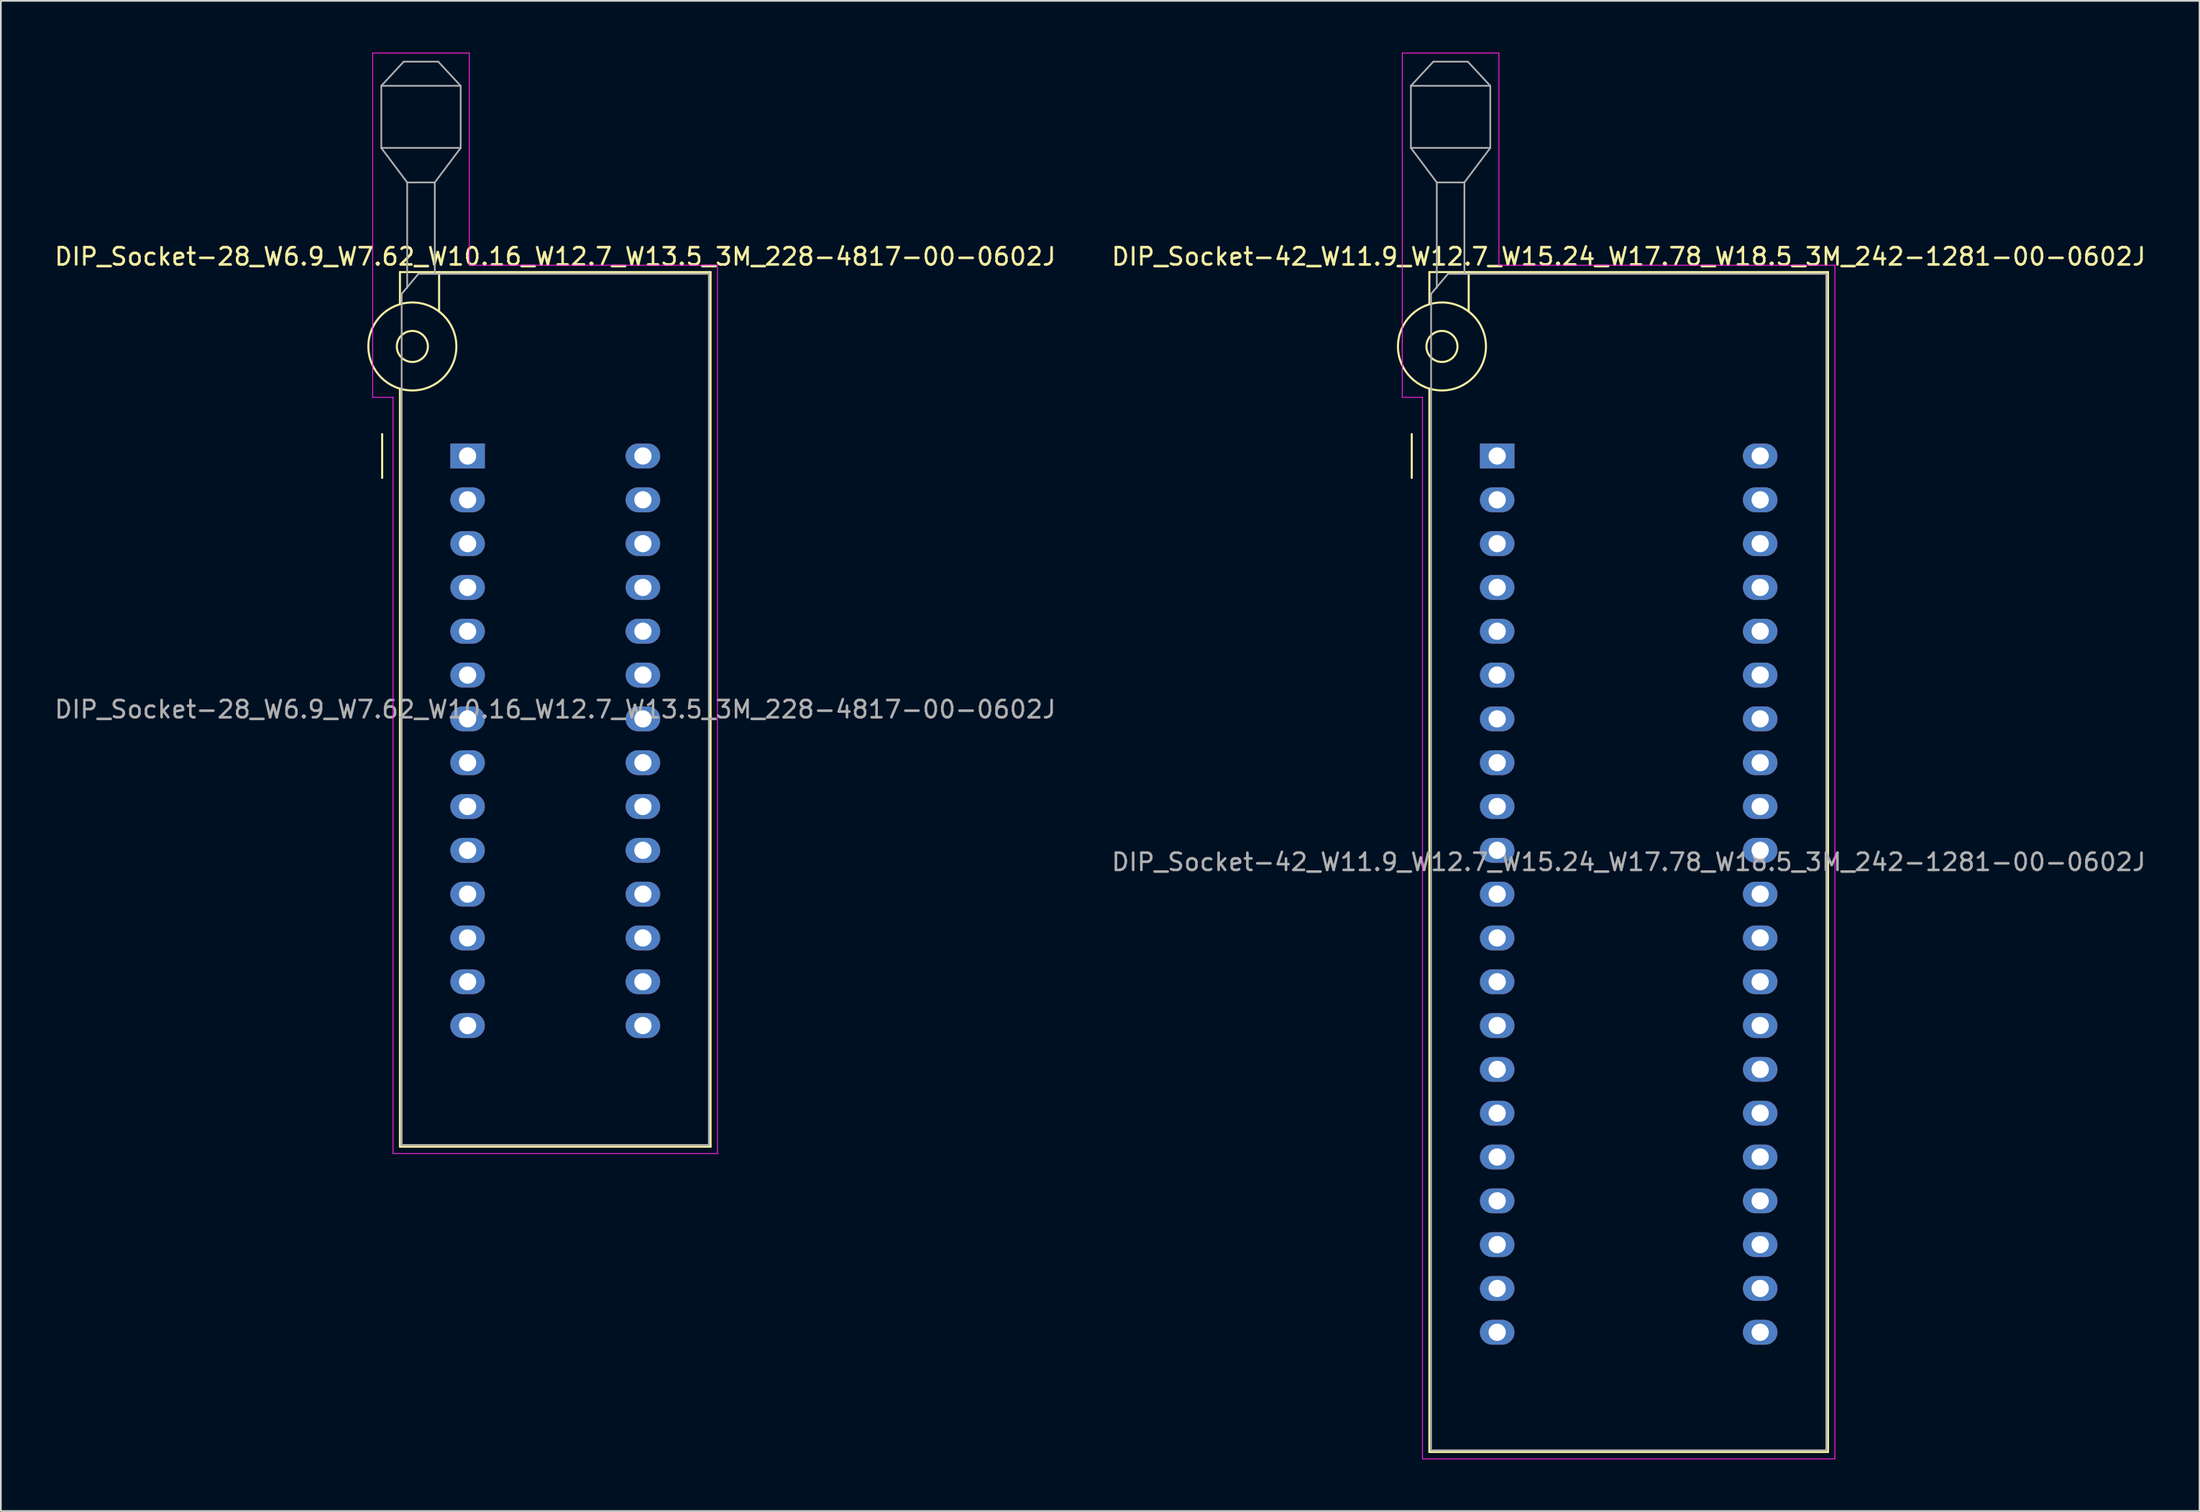
<source format=kicad_pcb>
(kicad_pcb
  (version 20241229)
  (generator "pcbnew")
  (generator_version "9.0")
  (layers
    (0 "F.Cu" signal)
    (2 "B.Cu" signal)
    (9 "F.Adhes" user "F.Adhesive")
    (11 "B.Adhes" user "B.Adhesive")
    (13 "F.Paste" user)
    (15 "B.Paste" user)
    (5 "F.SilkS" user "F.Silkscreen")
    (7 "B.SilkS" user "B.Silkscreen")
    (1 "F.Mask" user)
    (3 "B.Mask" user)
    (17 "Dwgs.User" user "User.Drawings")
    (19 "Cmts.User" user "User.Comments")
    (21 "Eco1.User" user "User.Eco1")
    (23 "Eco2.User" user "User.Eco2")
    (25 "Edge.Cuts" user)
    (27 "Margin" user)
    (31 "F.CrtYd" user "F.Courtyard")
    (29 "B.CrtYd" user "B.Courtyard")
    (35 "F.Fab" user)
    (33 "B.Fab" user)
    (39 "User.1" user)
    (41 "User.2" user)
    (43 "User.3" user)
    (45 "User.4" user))
  (footprint "DIP_Socket-42_W11.9_W12.7_W15.24_W17.78_W18.5_3M_242-1281-00-0602J"
    (layer "F.Cu")
    (at 83.707 23.385)
    (property "Reference" "DIP_Socket-42_W11.9_W12.7_W15.24_W17.78_W18.5_3M_242-1281-00-0602J" (at 7.62 -11.56 0) (layer "F.SilkS") (effects (font (size 1 1) (thickness 0.15))))
    (attr through_hole)
    (fp_line (start -4.95 1.27) (end -4.95 -1.27) (stroke (width 0.12) (type solid)) (layer "F.SilkS"))
    (fp_line (start -3.93 -10.66) (end -3.93 -8.8) (stroke (width 0.12) (type solid)) (layer "F.SilkS"))
    (fp_line (start -3.93 -3.9) (end -3.93 57.74) (stroke (width 0.12) (type solid)) (layer "F.SilkS"))
    (fp_line (start -3.93 57.74) (end 19.17 57.74) (stroke (width 0.12) (type solid)) (layer "F.SilkS"))
    (fp_line (start -1.65 -10.66) (end -1.65 -8.4) (stroke (width 0.12) (type solid)) (layer "F.SilkS"))
    (fp_line (start 19.17 -10.66) (end -3.93 -10.66) (stroke (width 0.12) (type solid)) (layer "F.SilkS"))
    (fp_line (start 19.17 57.74) (end 19.17 -10.66) (stroke (width 0.12) (type solid)) (layer "F.SilkS"))
    (fp_circle (center -3.2 -6.35) (end -2.3 -6.35) (stroke (width 0.12) (type solid)) (fill no) (layer "F.SilkS"))
    (fp_circle (center -3.2 -6.35) (end -0.65 -6.35) (stroke (width 0.12) (type solid)) (fill no) (layer "F.SilkS"))
    (fp_line (start -5.5 -23.36) (end 0.1 -23.36) (stroke (width 0.05) (type solid)) (layer "F.CrtYd"))
    (fp_line (start -5.5 -3.4) (end -5.5 -23.36) (stroke (width 0.05) (type solid)) (layer "F.CrtYd"))
    (fp_line (start -4.33 -3.4) (end -5.5 -3.4) (stroke (width 0.05) (type solid)) (layer "F.CrtYd"))
    (fp_line (start -4.33 58.14) (end -4.33 -3.4) (stroke (width 0.05) (type solid)) (layer "F.CrtYd"))
    (fp_line (start 0.1 -23.36) (end 0.1 -11.06) (stroke (width 0.05) (type solid)) (layer "F.CrtYd"))
    (fp_line (start 0.1 -11.06) (end 19.57 -11.06) (stroke (width 0.05) (type solid)) (layer "F.CrtYd"))
    (fp_line (start 19.57 -11.06) (end 19.57 58.14) (stroke (width 0.05) (type solid)) (layer "F.CrtYd"))
    (fp_line (start 19.57 58.14) (end -4.33 58.14) (stroke (width 0.05) (type solid)) (layer "F.CrtYd"))
    (fp_line (start -5 -21.46) (end -5 -17.86) (stroke (width 0.1) (type solid)) (layer "F.Fab"))
    (fp_line (start -5 -21.46) (end -3.7 -22.86) (stroke (width 0.1) (type solid)) (layer "F.Fab"))
    (fp_line (start -5 -17.86) (end -3.5 -15.86) (stroke (width 0.1) (type solid)) (layer "F.Fab"))
    (fp_line (start -5 -17.86) (end -0.4 -17.86) (stroke (width 0.1) (type solid)) (layer "F.Fab"))
    (fp_line (start -3.83 -9.4) (end -2.85 -10.56) (stroke (width 0.1) (type solid)) (layer "F.Fab"))
    (fp_line (start -3.83 57.64) (end -3.83 -9.4) (stroke (width 0.1) (type solid)) (layer "F.Fab"))
    (fp_line (start -3.7 -22.86) (end -1.7 -22.86) (stroke (width 0.1) (type solid)) (layer "F.Fab"))
    (fp_line (start -3.5 -15.86) (end -1.9 -15.86) (stroke (width 0.1) (type solid)) (layer "F.Fab"))
    (fp_line (start -3.5 -9.75) (end -3.5 -15.86) (stroke (width 0.1) (type solid)) (layer "F.Fab"))
    (fp_line (start -2.85 -10.56) (end 19.07 -10.56) (stroke (width 0.1) (type solid)) (layer "F.Fab"))
    (fp_line (start -1.9 -15.86) (end -1.9 -10.56) (stroke (width 0.1) (type solid)) (layer "F.Fab"))
    (fp_line (start -1.7 -22.86) (end -0.4 -21.46) (stroke (width 0.1) (type solid)) (layer "F.Fab"))
    (fp_line (start -0.4 -21.46) (end -5 -21.46) (stroke (width 0.1) (type solid)) (layer "F.Fab"))
    (fp_line (start -0.4 -17.86) (end -1.9 -15.86) (stroke (width 0.1) (type solid)) (layer "F.Fab"))
    (fp_line (start -0.4 -17.86) (end -0.4 -21.46) (stroke (width 0.1) (type solid)) (layer "F.Fab"))
    (fp_line (start 19.07 -10.56) (end 19.07 57.64) (stroke (width 0.1) (type solid)) (layer "F.Fab"))
    (fp_line (start 19.07 57.64) (end -3.83 57.64) (stroke (width 0.1) (type solid)) (layer "F.Fab"))
    (fp_text user "${REFERENCE}" (at 7.62 23.54 0) (layer "F.Fab") (effects (font (size 1 1) (thickness 0.15))))
    (pad "1" thru_hole rect (at 0 0) (size 2 1.44) (drill 1) (layers "*.Cu" "*.Mask"))
    (pad "2" thru_hole oval (at 0 2.54) (size 2 1.44) (drill 1) (layers "*.Cu" "*.Mask"))
    (pad "3" thru_hole oval (at 0 5.08) (size 2 1.44) (drill 1) (layers "*.Cu" "*.Mask"))
    (pad "4" thru_hole oval (at 0 7.62) (size 2 1.44) (drill 1) (layers "*.Cu" "*.Mask"))
    (pad "5" thru_hole oval (at 0 10.16) (size 2 1.44) (drill 1) (layers "*.Cu" "*.Mask"))
    (pad "6" thru_hole oval (at 0 12.7) (size 2 1.44) (drill 1) (layers "*.Cu" "*.Mask"))
    (pad "7" thru_hole oval (at 0 15.24) (size 2 1.44) (drill 1) (layers "*.Cu" "*.Mask"))
    (pad "8" thru_hole oval (at 0 17.78) (size 2 1.44) (drill 1) (layers "*.Cu" "*.Mask"))
    (pad "9" thru_hole oval (at 0 20.32) (size 2 1.44) (drill 1) (layers "*.Cu" "*.Mask"))
    (pad "10" thru_hole oval (at 0 22.86) (size 2 1.44) (drill 1) (layers "*.Cu" "*.Mask"))
    (pad "11" thru_hole oval (at 0 25.4) (size 2 1.44) (drill 1) (layers "*.Cu" "*.Mask"))
    (pad "12" thru_hole oval (at 0 27.94) (size 2 1.44) (drill 1) (layers "*.Cu" "*.Mask"))
    (pad "13" thru_hole oval (at 0 30.48) (size 2 1.44) (drill 1) (layers "*.Cu" "*.Mask"))
    (pad "14" thru_hole oval (at 0 33.02) (size 2 1.44) (drill 1) (layers "*.Cu" "*.Mask"))
    (pad "15" thru_hole oval (at 0 35.56) (size 2 1.44) (drill 1) (layers "*.Cu" "*.Mask"))
    (pad "16" thru_hole oval (at 0 38.1) (size 2 1.44) (drill 1) (layers "*.Cu" "*.Mask"))
    (pad "17" thru_hole oval (at 0 40.64) (size 2 1.44) (drill 1) (layers "*.Cu" "*.Mask"))
    (pad "18" thru_hole oval (at 0 43.18) (size 2 1.44) (drill 1) (layers "*.Cu" "*.Mask"))
    (pad "19" thru_hole oval (at 0 45.72) (size 2 1.44) (drill 1) (layers "*.Cu" "*.Mask"))
    (pad "20" thru_hole oval (at 0 48.26) (size 2 1.44) (drill 1) (layers "*.Cu" "*.Mask"))
    (pad "21" thru_hole oval (at 0 50.8) (size 2 1.44) (drill 1) (layers "*.Cu" "*.Mask"))
    (pad "22" thru_hole oval (at 15.24 50.8) (size 2 1.44) (drill 1) (layers "*.Cu" "*.Mask"))
    (pad "23" thru_hole oval (at 15.24 48.26) (size 2 1.44) (drill 1) (layers "*.Cu" "*.Mask"))
    (pad "24" thru_hole oval (at 15.24 45.72) (size 2 1.44) (drill 1) (layers "*.Cu" "*.Mask"))
    (pad "25" thru_hole oval (at 15.24 43.18) (size 2 1.44) (drill 1) (layers "*.Cu" "*.Mask"))
    (pad "26" thru_hole oval (at 15.24 40.64) (size 2 1.44) (drill 1) (layers "*.Cu" "*.Mask"))
    (pad "27" thru_hole oval (at 15.24 38.1) (size 2 1.44) (drill 1) (layers "*.Cu" "*.Mask"))
    (pad "28" thru_hole oval (at 15.24 35.56) (size 2 1.44) (drill 1) (layers "*.Cu" "*.Mask"))
    (pad "29" thru_hole oval (at 15.24 33.02) (size 2 1.44) (drill 1) (layers "*.Cu" "*.Mask"))
    (pad "30" thru_hole oval (at 15.24 30.48) (size 2 1.44) (drill 1) (layers "*.Cu" "*.Mask"))
    (pad "31" thru_hole oval (at 15.24 27.94) (size 2 1.44) (drill 1) (layers "*.Cu" "*.Mask"))
    (pad "32" thru_hole oval (at 15.24 25.4) (size 2 1.44) (drill 1) (layers "*.Cu" "*.Mask"))
    (pad "33" thru_hole oval (at 15.24 22.86) (size 2 1.44) (drill 1) (layers "*.Cu" "*.Mask"))
    (pad "34" thru_hole oval (at 15.24 20.32) (size 2 1.44) (drill 1) (layers "*.Cu" "*.Mask"))
    (pad "35" thru_hole oval (at 15.24 17.78) (size 2 1.44) (drill 1) (layers "*.Cu" "*.Mask"))
    (pad "36" thru_hole oval (at 15.24 15.24) (size 2 1.44) (drill 1) (layers "*.Cu" "*.Mask"))
    (pad "37" thru_hole oval (at 15.24 12.7) (size 2 1.44) (drill 1) (layers "*.Cu" "*.Mask"))
    (pad "38" thru_hole oval (at 15.24 10.16) (size 2 1.44) (drill 1) (layers "*.Cu" "*.Mask"))
    (pad "39" thru_hole oval (at 15.24 7.62) (size 2 1.44) (drill 1) (layers "*.Cu" "*.Mask"))
    (pad "40" thru_hole oval (at 15.24 5.08) (size 2 1.44) (drill 1) (layers "*.Cu" "*.Mask"))
    (pad "41" thru_hole oval (at 15.24 2.54) (size 2 1.44) (drill 1) (layers "*.Cu" "*.Mask"))
    (pad "42" thru_hole oval (at 15.24 0) (size 2 1.44) (drill 1) (layers "*.Cu" "*.Mask")))
  (footprint "DIP_Socket-28_W6.9_W7.62_W10.16_W12.7_W13.5_3M_228-4817-00-0602J"
    (layer "F.Cu")
    (at 24.045 23.385)
    (property "Reference" "DIP_Socket-28_W6.9_W7.62_W10.16_W12.7_W13.5_3M_228-4817-00-0602J" (at 5.08 -11.56 0) (layer "F.SilkS") (effects (font (size 1 1) (thickness 0.15))))
    (attr through_hole)
    (fp_line (start -4.95 1.27) (end -4.95 -1.27) (stroke (width 0.12) (type solid)) (layer "F.SilkS"))
    (fp_line (start -3.92 -10.66) (end -3.92 -8.8) (stroke (width 0.12) (type solid)) (layer "F.SilkS"))
    (fp_line (start -3.92 -3.9) (end -3.92 40.04) (stroke (width 0.12) (type solid)) (layer "F.SilkS"))
    (fp_line (start -3.92 40.04) (end 14.08 40.04) (stroke (width 0.12) (type solid)) (layer "F.SilkS"))
    (fp_line (start -1.65 -10.66) (end -1.65 -8.4) (stroke (width 0.12) (type solid)) (layer "F.SilkS"))
    (fp_line (start 14.08 -10.66) (end -3.92 -10.66) (stroke (width 0.12) (type solid)) (layer "F.SilkS"))
    (fp_line (start 14.08 40.04) (end 14.08 -10.66) (stroke (width 0.12) (type solid)) (layer "F.SilkS"))
    (fp_circle (center -3.2 -6.35) (end -2.3 -6.35) (stroke (width 0.12) (type solid)) (fill no) (layer "F.SilkS"))
    (fp_circle (center -3.2 -6.35) (end -0.65 -6.35) (stroke (width 0.12) (type solid)) (fill no) (layer "F.SilkS"))
    (fp_line (start -5.5 -23.36) (end 0.1 -23.36) (stroke (width 0.05) (type solid)) (layer "F.CrtYd"))
    (fp_line (start -5.5 -3.4) (end -5.5 -23.36) (stroke (width 0.05) (type solid)) (layer "F.CrtYd"))
    (fp_line (start -4.32 -3.4) (end -5.5 -3.4) (stroke (width 0.05) (type solid)) (layer "F.CrtYd"))
    (fp_line (start -4.32 40.44) (end -4.32 -3.4) (stroke (width 0.05) (type solid)) (layer "F.CrtYd"))
    (fp_line (start 0.1 -23.36) (end 0.1 -11.06) (stroke (width 0.05) (type solid)) (layer "F.CrtYd"))
    (fp_line (start 0.1 -11.06) (end 14.48 -11.06) (stroke (width 0.05) (type solid)) (layer "F.CrtYd"))
    (fp_line (start 14.48 -11.06) (end 14.48 40.44) (stroke (width 0.05) (type solid)) (layer "F.CrtYd"))
    (fp_line (start 14.48 40.44) (end -4.32 40.44) (stroke (width 0.05) (type solid)) (layer "F.CrtYd"))
    (fp_line (start -5 -21.46) (end -5 -17.86) (stroke (width 0.1) (type solid)) (layer "F.Fab"))
    (fp_line (start -5 -21.46) (end -3.7 -22.86) (stroke (width 0.1) (type solid)) (layer "F.Fab"))
    (fp_line (start -5 -17.86) (end -3.5 -15.86) (stroke (width 0.1) (type solid)) (layer "F.Fab"))
    (fp_line (start -5 -17.86) (end -0.4 -17.86) (stroke (width 0.1) (type solid)) (layer "F.Fab"))
    (fp_line (start -3.82 -9.4) (end -2.85 -10.56) (stroke (width 0.1) (type solid)) (layer "F.Fab"))
    (fp_line (start -3.82 39.94) (end -3.82 -9.4) (stroke (width 0.1) (type solid)) (layer "F.Fab"))
    (fp_line (start -3.7 -22.86) (end -1.7 -22.86) (stroke (width 0.1) (type solid)) (layer "F.Fab"))
    (fp_line (start -3.5 -15.86) (end -1.9 -15.86) (stroke (width 0.1) (type solid)) (layer "F.Fab"))
    (fp_line (start -3.5 -9.75) (end -3.5 -15.86) (stroke (width 0.1) (type solid)) (layer "F.Fab"))
    (fp_line (start -2.85 -10.56) (end 13.98 -10.56) (stroke (width 0.1) (type solid)) (layer "F.Fab"))
    (fp_line (start -1.9 -15.86) (end -1.9 -10.56) (stroke (width 0.1) (type solid)) (layer "F.Fab"))
    (fp_line (start -1.7 -22.86) (end -0.4 -21.46) (stroke (width 0.1) (type solid)) (layer "F.Fab"))
    (fp_line (start -0.4 -21.46) (end -5 -21.46) (stroke (width 0.1) (type solid)) (layer "F.Fab"))
    (fp_line (start -0.4 -17.86) (end -1.9 -15.86) (stroke (width 0.1) (type solid)) (layer "F.Fab"))
    (fp_line (start -0.4 -17.86) (end -0.4 -21.46) (stroke (width 0.1) (type solid)) (layer "F.Fab"))
    (fp_line (start 13.98 -10.56) (end 13.98 39.94) (stroke (width 0.1) (type solid)) (layer "F.Fab"))
    (fp_line (start 13.98 39.94) (end -3.82 39.94) (stroke (width 0.1) (type solid)) (layer "F.Fab"))
    (fp_text user "${REFERENCE}" (at 5.08 14.69 0) (layer "F.Fab") (effects (font (size 1 1) (thickness 0.15))))
    (pad "1" thru_hole rect (at 0 0) (size 2 1.44) (drill 1) (layers "*.Cu" "*.Mask"))
    (pad "2" thru_hole oval (at 0 2.54) (size 2 1.44) (drill 1) (layers "*.Cu" "*.Mask"))
    (pad "3" thru_hole oval (at 0 5.08) (size 2 1.44) (drill 1) (layers "*.Cu" "*.Mask"))
    (pad "4" thru_hole oval (at 0 7.62) (size 2 1.44) (drill 1) (layers "*.Cu" "*.Mask"))
    (pad "5" thru_hole oval (at 0 10.16) (size 2 1.44) (drill 1) (layers "*.Cu" "*.Mask"))
    (pad "6" thru_hole oval (at 0 12.7) (size 2 1.44) (drill 1) (layers "*.Cu" "*.Mask"))
    (pad "7" thru_hole oval (at 0 15.24) (size 2 1.44) (drill 1) (layers "*.Cu" "*.Mask"))
    (pad "8" thru_hole oval (at 0 17.78) (size 2 1.44) (drill 1) (layers "*.Cu" "*.Mask"))
    (pad "9" thru_hole oval (at 0 20.32) (size 2 1.44) (drill 1) (layers "*.Cu" "*.Mask"))
    (pad "10" thru_hole oval (at 0 22.86) (size 2 1.44) (drill 1) (layers "*.Cu" "*.Mask"))
    (pad "11" thru_hole oval (at 0 25.4) (size 2 1.44) (drill 1) (layers "*.Cu" "*.Mask"))
    (pad "12" thru_hole oval (at 0 27.94) (size 2 1.44) (drill 1) (layers "*.Cu" "*.Mask"))
    (pad "13" thru_hole oval (at 0 30.48) (size 2 1.44) (drill 1) (layers "*.Cu" "*.Mask"))
    (pad "14" thru_hole oval (at 0 33.02) (size 2 1.44) (drill 1) (layers "*.Cu" "*.Mask"))
    (pad "15" thru_hole oval (at 10.16 33.02) (size 2 1.44) (drill 1) (layers "*.Cu" "*.Mask"))
    (pad "16" thru_hole oval (at 10.16 30.48) (size 2 1.44) (drill 1) (layers "*.Cu" "*.Mask"))
    (pad "17" thru_hole oval (at 10.16 27.94) (size 2 1.44) (drill 1) (layers "*.Cu" "*.Mask"))
    (pad "18" thru_hole oval (at 10.16 25.4) (size 2 1.44) (drill 1) (layers "*.Cu" "*.Mask"))
    (pad "19" thru_hole oval (at 10.16 22.86) (size 2 1.44) (drill 1) (layers "*.Cu" "*.Mask"))
    (pad "20" thru_hole oval (at 10.16 20.32) (size 2 1.44) (drill 1) (layers "*.Cu" "*.Mask"))
    (pad "21" thru_hole oval (at 10.16 17.78) (size 2 1.44) (drill 1) (layers "*.Cu" "*.Mask"))
    (pad "22" thru_hole oval (at 10.16 15.24) (size 2 1.44) (drill 1) (layers "*.Cu" "*.Mask"))
    (pad "23" thru_hole oval (at 10.16 12.7) (size 2 1.44) (drill 1) (layers "*.Cu" "*.Mask"))
    (pad "24" thru_hole oval (at 10.16 10.16) (size 2 1.44) (drill 1) (layers "*.Cu" "*.Mask"))
    (pad "25" thru_hole oval (at 10.16 7.62) (size 2 1.44) (drill 1) (layers "*.Cu" "*.Mask"))
    (pad "26" thru_hole oval (at 10.16 5.08) (size 2 1.44) (drill 1) (layers "*.Cu" "*.Mask"))
    (pad "27" thru_hole oval (at 10.16 2.54) (size 2 1.44) (drill 1) (layers "*.Cu" "*.Mask"))
    (pad "28" thru_hole oval (at 10.16 0) (size 2 1.44) (drill 1) (layers "*.Cu" "*.Mask")))
  (gr_rect
    (start -3 -3)
    (end 124.405 84.55)
    (stroke (width 0.1) (type default))
    (fill no)
    (layer "Edge.Cuts")))
</source>
